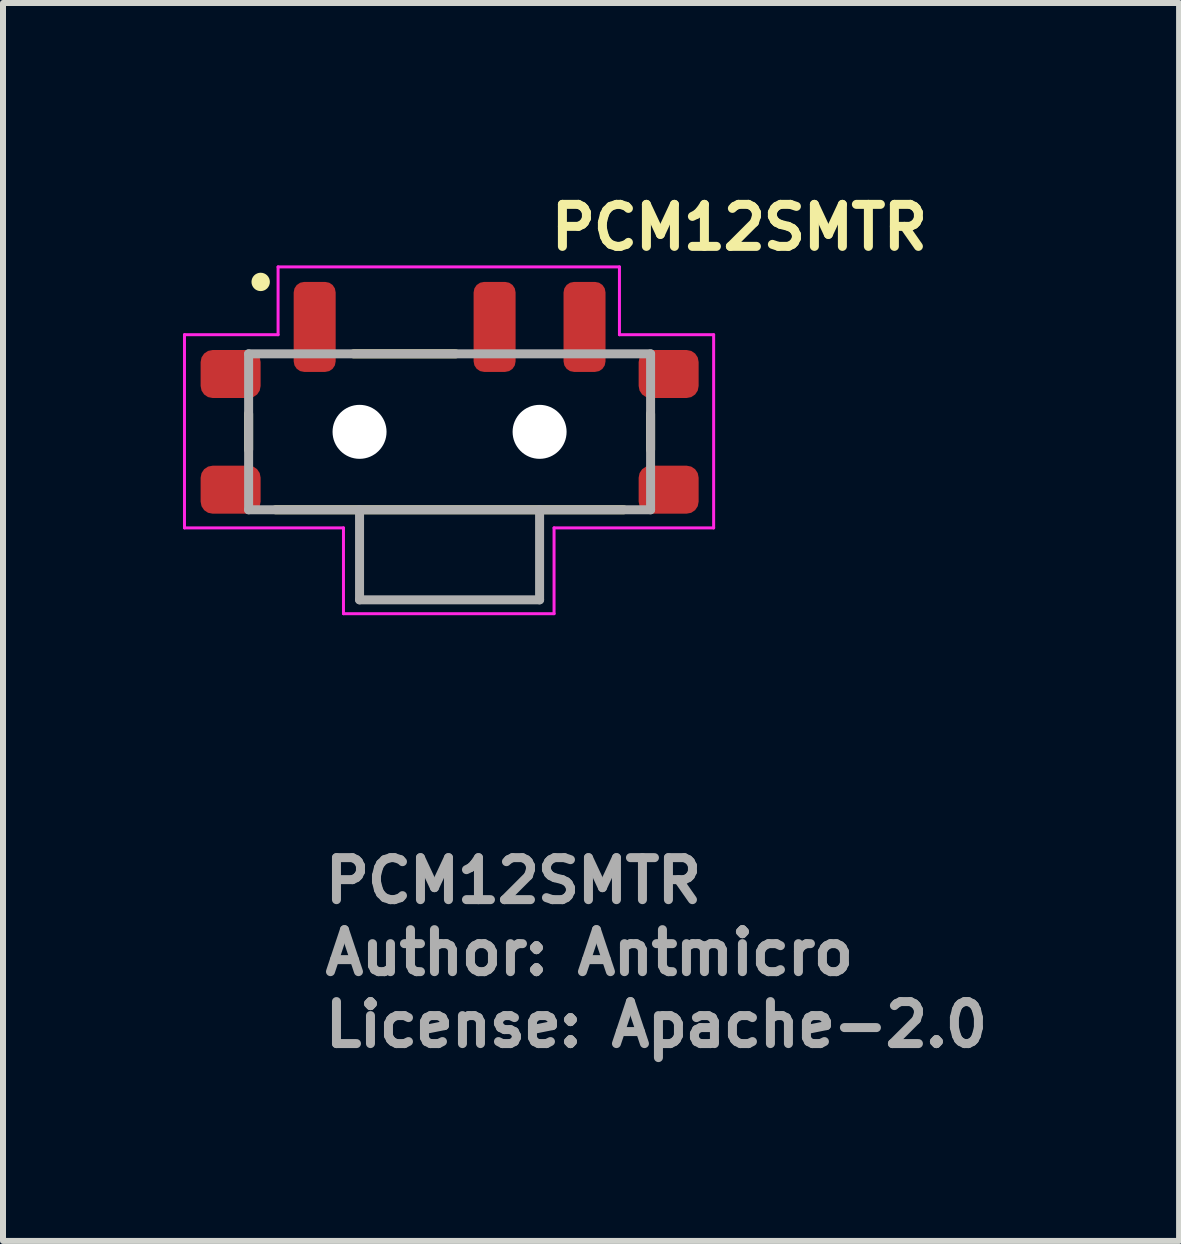
<source format=kicad_pcb>
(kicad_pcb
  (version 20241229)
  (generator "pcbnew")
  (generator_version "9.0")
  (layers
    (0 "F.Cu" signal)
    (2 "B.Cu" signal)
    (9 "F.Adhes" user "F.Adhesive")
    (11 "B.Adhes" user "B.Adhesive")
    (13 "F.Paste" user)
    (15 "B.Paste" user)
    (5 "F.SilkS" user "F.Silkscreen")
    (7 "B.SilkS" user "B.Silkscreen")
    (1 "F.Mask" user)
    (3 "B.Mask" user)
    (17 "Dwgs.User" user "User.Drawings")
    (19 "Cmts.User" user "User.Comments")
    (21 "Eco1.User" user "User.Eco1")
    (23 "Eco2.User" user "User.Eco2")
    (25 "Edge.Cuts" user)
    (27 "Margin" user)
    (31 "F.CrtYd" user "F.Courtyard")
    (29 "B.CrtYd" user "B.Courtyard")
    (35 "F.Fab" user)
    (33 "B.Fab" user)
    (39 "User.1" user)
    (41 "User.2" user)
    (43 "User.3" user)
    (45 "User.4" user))
  (footprint "PCM12SMTR"
    (layer "F.Cu")
    (at 4.445 4.099)
    (property "Reference" "PCM12SMTR" (at 1.614 -2.949 0) (layer "F.SilkS") (effects (font (size 0.7 0.7) (thickness 0.15)) (justify left bottom)))
    (attr smd)
    (fp_line (start -3.351 0.348) (end -3.351 -0.251) (stroke (width 0.15) (type solid)) (layer "F.SilkS"))
    (fp_line (start -2.901 1.348) (end 2.9 1.348) (stroke (width 0.15) (type solid)) (layer "F.SilkS"))
    (fp_line (start -1.601 -1.251) (end 0.1 -1.251) (stroke (width 0.15) (type solid)) (layer "F.SilkS"))
    (fp_line (start 3.349 -0.251) (end 3.349 0.348) (stroke (width 0.15) (type solid)) (layer "F.SilkS"))
    (fp_circle (center -3.15 -2.45) (end -3.1 -2.39) (stroke (width 0.15) (type solid)) (fill yes) (layer "F.SilkS"))
    (fp_line (start -4.42 -1.57) (end -2.86 -1.57) (stroke (width 0.05) (type solid)) (layer "F.CrtYd"))
    (fp_line (start -4.42 1.65) (end -4.42 -1.57) (stroke (width 0.05) (type solid)) (layer "F.CrtYd"))
    (fp_line (start -2.86 -2.7) (end 2.83 -2.7) (stroke (width 0.05) (type solid)) (layer "F.CrtYd"))
    (fp_line (start -2.86 -1.57) (end -2.86 -2.7) (stroke (width 0.05) (type solid)) (layer "F.CrtYd"))
    (fp_line (start -1.77 1.65) (end -4.42 1.65) (stroke (width 0.05) (type solid)) (layer "F.CrtYd"))
    (fp_line (start -1.77 3.08) (end -1.77 1.65) (stroke (width 0.05) (type solid)) (layer "F.CrtYd"))
    (fp_line (start 1.74 1.65) (end 1.74 3.08) (stroke (width 0.05) (type solid)) (layer "F.CrtYd"))
    (fp_line (start 1.74 3.08) (end -1.77 3.08) (stroke (width 0.05) (type solid)) (layer "F.CrtYd"))
    (fp_line (start 2.83 -2.7) (end 2.83 -1.57) (stroke (width 0.05) (type solid)) (layer "F.CrtYd"))
    (fp_line (start 2.83 -1.57) (end 4.4 -1.57) (stroke (width 0.05) (type solid)) (layer "F.CrtYd"))
    (fp_line (start 4.4 -1.57) (end 4.4 1.65) (stroke (width 0.05) (type solid)) (layer "F.CrtYd"))
    (fp_line (start 4.4 1.65) (end 1.74 1.65) (stroke (width 0.05) (type solid)) (layer "F.CrtYd"))
    (fp_line (start -3.351 -1.251) (end 3.349 -1.251) (stroke (width 0.15) (type solid)) (layer "F.Fab"))
    (fp_line (start -3.351 1.348) (end -3.351 -1.251) (stroke (width 0.15) (type solid)) (layer "F.Fab"))
    (fp_line (start -1.502 1.348) (end -3.351 1.348) (stroke (width 0.15) (type solid)) (layer "F.Fab"))
    (fp_line (start -1.502 1.348) (end -1.502 2.849) (stroke (width 0.15) (type solid)) (layer "F.Fab"))
    (fp_line (start -1.502 2.849) (end 1.499 2.849) (stroke (width 0.15) (type solid)) (layer "F.Fab"))
    (fp_line (start 1.499 1.348) (end -1.502 1.348) (stroke (width 0.15) (type solid)) (layer "F.Fab"))
    (fp_line (start 1.499 2.849) (end 1.499 1.348) (stroke (width 0.15) (type solid)) (layer "F.Fab"))
    (fp_line (start 3.349 -1.251) (end 3.349 1.348) (stroke (width 0.15) (type solid)) (layer "F.Fab"))
    (fp_line (start 3.349 1.348) (end 1.499 1.348) (stroke (width 0.15) (type solid)) (layer "F.Fab"))
    (fp_rect (start -3.861 -2.135) (end 3.86 2.844) (stroke (width 0.1) (type solid)) (fill no) (layer "User.5"))
    (fp_line (start -3.861 -0.586) (end -3.861 -1.246) (stroke (width 0.02) (type solid)) (layer "User.9"))
    (fp_line (start -3.861 0.683) (end -3.861 1.344) (stroke (width 0.02) (type solid)) (layer "User.9"))
    (fp_line (start -3.353 -1.246) (end -3.861 -1.246) (stroke (width 0.02) (type solid)) (layer "User.9"))
    (fp_line (start -3.353 -0.714) (end -3.353 -1.246) (stroke (width 0.02) (type solid)) (layer "User.9"))
    (fp_line (start -3.353 -0.714) (end -3.303 -0.714) (stroke (width 0.02) (type solid)) (layer "User.9"))
    (fp_line (start -3.353 -0.586) (end -3.861 -0.586) (stroke (width 0.02) (type solid)) (layer "User.9"))
    (fp_line (start -3.353 0.683) (end -3.861 0.683) (stroke (width 0.02) (type solid)) (layer "User.9"))
    (fp_line (start -3.353 1.344) (end -3.861 1.344) (stroke (width 0.02) (type solid)) (layer "User.9"))
    (fp_line (start -3.353 1.344) (end -3.353 0.811) (stroke (width 0.02) (type solid)) (layer "User.9"))
    (fp_line (start -3.303 -0.714) (end -3.151 -0.714) (stroke (width 0.02) (type solid)) (layer "User.9"))
    (fp_line (start -3.303 -0.586) (end -3.353 -0.586) (stroke (width 0.02) (type solid)) (layer "User.9"))
    (fp_line (start -3.303 -0.586) (end -3.303 -0.714) (stroke (width 0.02) (type solid)) (layer "User.9"))
    (fp_line (start -3.303 0.683) (end -3.353 0.683) (stroke (width 0.02) (type solid)) (layer "User.9"))
    (fp_line (start -3.303 0.811) (end -3.353 0.811) (stroke (width 0.02) (type solid)) (layer "User.9"))
    (fp_line (start -3.303 0.811) (end -3.303 -0.714) (stroke (width 0.02) (type solid)) (layer "User.9"))
    (fp_line (start -3.151 -1.246) (end -3.353 -1.246) (stroke (width 0.02) (type solid)) (layer "User.9"))
    (fp_line (start -3.151 -0.714) (end -3.151 -1.246) (stroke (width 0.02) (type solid)) (layer "User.9"))
    (fp_line (start -3.151 0.811) (end -3.303 0.811) (stroke (width 0.02) (type solid)) (layer "User.9"))
    (fp_line (start -3.151 0.811) (end -2.845 0.811) (stroke (width 0.02) (type solid)) (layer "User.9"))
    (fp_line (start -3.151 1.344) (end -3.353 1.344) (stroke (width 0.02) (type solid)) (layer "User.9"))
    (fp_line (start -3.151 1.344) (end -3.151 0.811) (stroke (width 0.02) (type solid)) (layer "User.9"))
    (fp_line (start -2.845 -1.246) (end -3.151 -1.246) (stroke (width 0.02) (type solid)) (layer "User.9"))
    (fp_line (start -2.845 -0.714) (end -3.151 -0.714) (stroke (width 0.02) (type solid)) (layer "User.9"))
    (fp_line (start -2.845 -0.714) (end -2.845 -1.246) (stroke (width 0.02) (type solid)) (layer "User.9"))
    (fp_line (start -2.845 1.344) (end -3.151 1.344) (stroke (width 0.02) (type solid)) (layer "User.9"))
    (fp_line (start -2.845 1.344) (end -2.845 0.811) (stroke (width 0.02) (type solid)) (layer "User.9"))
    (fp_line (start -2.845 1.344) (end 2.844 1.344) (stroke (width 0.02) (type solid)) (layer "User.9"))
    (fp_line (start -2.439 -2.135) (end -2.034 -2.135) (stroke (width 0.02) (type solid)) (layer "User.9"))
    (fp_line (start -2.439 -1.246) (end -2.439 -2.135) (stroke (width 0.02) (type solid)) (layer "User.9"))
    (fp_line (start -2.034 -2.135) (end -2.034 -1.246) (stroke (width 0.02) (type solid)) (layer "User.9"))
    (fp_line (start 0.1 2.588) (end 0.1 1.344) (stroke (width 0.02) (type solid)) (layer "User.9"))
    (fp_line (start 0.1 2.588) (end 0.354 2.844) (stroke (width 0.02) (type solid)) (layer "User.9"))
    (fp_line (start 0.558 -2.135) (end 0.964 -2.135) (stroke (width 0.02) (type solid)) (layer "User.9"))
    (fp_line (start 0.558 -1.246) (end 0.558 -2.135) (stroke (width 0.02) (type solid)) (layer "User.9"))
    (fp_line (start 0.964 -2.135) (end 0.964 -1.246) (stroke (width 0.02) (type solid)) (layer "User.9"))
    (fp_line (start 1.141 2.844) (end 0.354 2.844) (stroke (width 0.02) (type solid)) (layer "User.9"))
    (fp_line (start 1.141 2.844) (end 1.397 2.588) (stroke (width 0.02) (type solid)) (layer "User.9"))
    (fp_line (start 1.397 2.588) (end 1.397 1.344) (stroke (width 0.02) (type solid)) (layer "User.9"))
    (fp_line (start 2.057 -2.135) (end 2.462 -2.135) (stroke (width 0.02) (type solid)) (layer "User.9"))
    (fp_line (start 2.057 -1.246) (end 2.057 -2.135) (stroke (width 0.02) (type solid)) (layer "User.9"))
    (fp_line (start 2.462 -2.135) (end 2.462 -1.246) (stroke (width 0.02) (type solid)) (layer "User.9"))
    (fp_line (start 2.844 -1.246) (end -2.845 -1.246) (stroke (width 0.02) (type solid)) (layer "User.9"))
    (fp_line (start 2.844 -0.714) (end 2.844 -1.246) (stroke (width 0.02) (type solid)) (layer "User.9"))
    (fp_line (start 2.844 0.811) (end 3.148 0.811) (stroke (width 0.02) (type solid)) (layer "User.9"))
    (fp_line (start 2.844 1.344) (end 2.844 0.811) (stroke (width 0.02) (type solid)) (layer "User.9"))
    (fp_line (start 3.148 -1.246) (end 2.844 -1.246) (stroke (width 0.02) (type solid)) (layer "User.9"))
    (fp_line (start 3.148 -0.714) (end 2.844 -0.714) (stroke (width 0.02) (type solid)) (layer "User.9"))
    (fp_line (start 3.148 -0.714) (end 3.148 -1.246) (stroke (width 0.02) (type solid)) (layer "User.9"))
    (fp_line (start 3.148 -0.714) (end 3.301 -0.714) (stroke (width 0.02) (type solid)) (layer "User.9"))
    (fp_line (start 3.148 1.344) (end 2.844 1.344) (stroke (width 0.02) (type solid)) (layer "User.9"))
    (fp_line (start 3.148 1.344) (end 3.148 0.811) (stroke (width 0.02) (type solid)) (layer "User.9"))
    (fp_line (start 3.301 -0.714) (end 3.301 -0.586) (stroke (width 0.02) (type solid)) (layer "User.9"))
    (fp_line (start 3.301 -0.714) (end 3.301 0.811) (stroke (width 0.02) (type solid)) (layer "User.9"))
    (fp_line (start 3.301 -0.714) (end 3.352 -0.714) (stroke (width 0.02) (type solid)) (layer "User.9"))
    (fp_line (start 3.301 -0.586) (end 3.352 -0.586) (stroke (width 0.02) (type solid)) (layer "User.9"))
    (fp_line (start 3.301 0.683) (end 3.301 0.811) (stroke (width 0.02) (type solid)) (layer "User.9"))
    (fp_line (start 3.301 0.683) (end 3.352 0.683) (stroke (width 0.02) (type solid)) (layer "User.9"))
    (fp_line (start 3.301 0.811) (end 3.148 0.811) (stroke (width 0.02) (type solid)) (layer "User.9"))
    (fp_line (start 3.352 -1.246) (end 3.148 -1.246) (stroke (width 0.02) (type solid)) (layer "User.9"))
    (fp_line (start 3.352 -1.246) (end 3.86 -1.246) (stroke (width 0.02) (type solid)) (layer "User.9"))
    (fp_line (start 3.352 -0.714) (end 3.352 -1.246) (stroke (width 0.02) (type solid)) (layer "User.9"))
    (fp_line (start 3.352 -0.586) (end 3.86 -0.586) (stroke (width 0.02) (type solid)) (layer "User.9"))
    (fp_line (start 3.352 0.683) (end 3.86 0.683) (stroke (width 0.02) (type solid)) (layer "User.9"))
    (fp_line (start 3.352 0.811) (end 3.301 0.811) (stroke (width 0.02) (type solid)) (layer "User.9"))
    (fp_line (start 3.352 1.344) (end 3.148 1.344) (stroke (width 0.02) (type solid)) (layer "User.9"))
    (fp_line (start 3.352 1.344) (end 3.352 0.811) (stroke (width 0.02) (type solid)) (layer "User.9"))
    (fp_line (start 3.352 1.344) (end 3.86 1.344) (stroke (width 0.02) (type solid)) (layer "User.9"))
    (fp_line (start 3.86 -0.586) (end 3.86 -1.246) (stroke (width 0.02) (type solid)) (layer "User.9"))
    (fp_line (start 3.86 0.683) (end 3.86 1.344) (stroke (width 0.02) (type solid)) (layer "User.9"))
    (fp_text user "Author: Antmicro" (at -2.152 9.14 0) (layer "F.Fab") (effects (font (size 0.7 0.7) (thickness 0.15)) (justify left bottom)))
    (fp_text user "${REFERENCE}" (at -2.152 7.94 0) (layer "F.Fab") (effects (font (size 0.7 0.7) (thickness 0.15)) (justify left bottom)))
    (fp_text user "License: Apache-2.0" (at -2.152 10.339 0) (layer "F.Fab") (effects (font (size 0.7 0.7) (thickness 0.15)) (justify left bottom)))
    (pad "" np_thru_hole circle (at -1.502 0.049) (size 0.9 0.9) (drill 0.9) (layers "*.Cu" "*.Mask"))
    (pad "" np_thru_hole circle (at 1.499 0.049) (size 0.9 0.9) (drill 0.9) (layers "*.Cu" "*.Mask"))
    (pad "1" smd roundrect (at -2.25 -1.7) (size 0.7 1.5) (layers "F.Cu" "F.Mask" "F.Paste") (roundrect_rratio 0.25))
    (pad "2" smd roundrect (at 0.749 -1.7) (size 0.7 1.5) (layers "F.Cu" "F.Mask" "F.Paste") (roundrect_rratio 0.25))
    (pad "3" smd roundrect (at 2.248 -1.7) (size 0.7 1.5) (layers "F.Cu" "F.Mask" "F.Paste") (roundrect_rratio 0.25))
    (pad "S1" smd roundrect (at -3.651 -0.915) (size 1 0.8) (layers "F.Cu" "F.Mask" "F.Paste") (roundrect_rratio 0.25))
    (pad "S2" smd roundrect (at -3.651 1.013) (size 1 0.8) (layers "F.Cu" "F.Mask" "F.Paste") (roundrect_rratio 0.25))
    (pad "S3" smd roundrect (at 3.65 1.013) (size 1 0.8) (layers "F.Cu" "F.Mask" "F.Paste") (roundrect_rratio 0.25))
    (pad "S4" smd roundrect (at 3.65 -0.915) (size 1 0.8) (layers "F.Cu" "F.Mask" "F.Paste") (roundrect_rratio 0.25)))
  (gr_rect
    (start -3 -3)
    (end 16.603 17.634)
    (stroke (width 0.1) (type default))
    (fill no)
    (layer "Edge.Cuts")))
</source>
